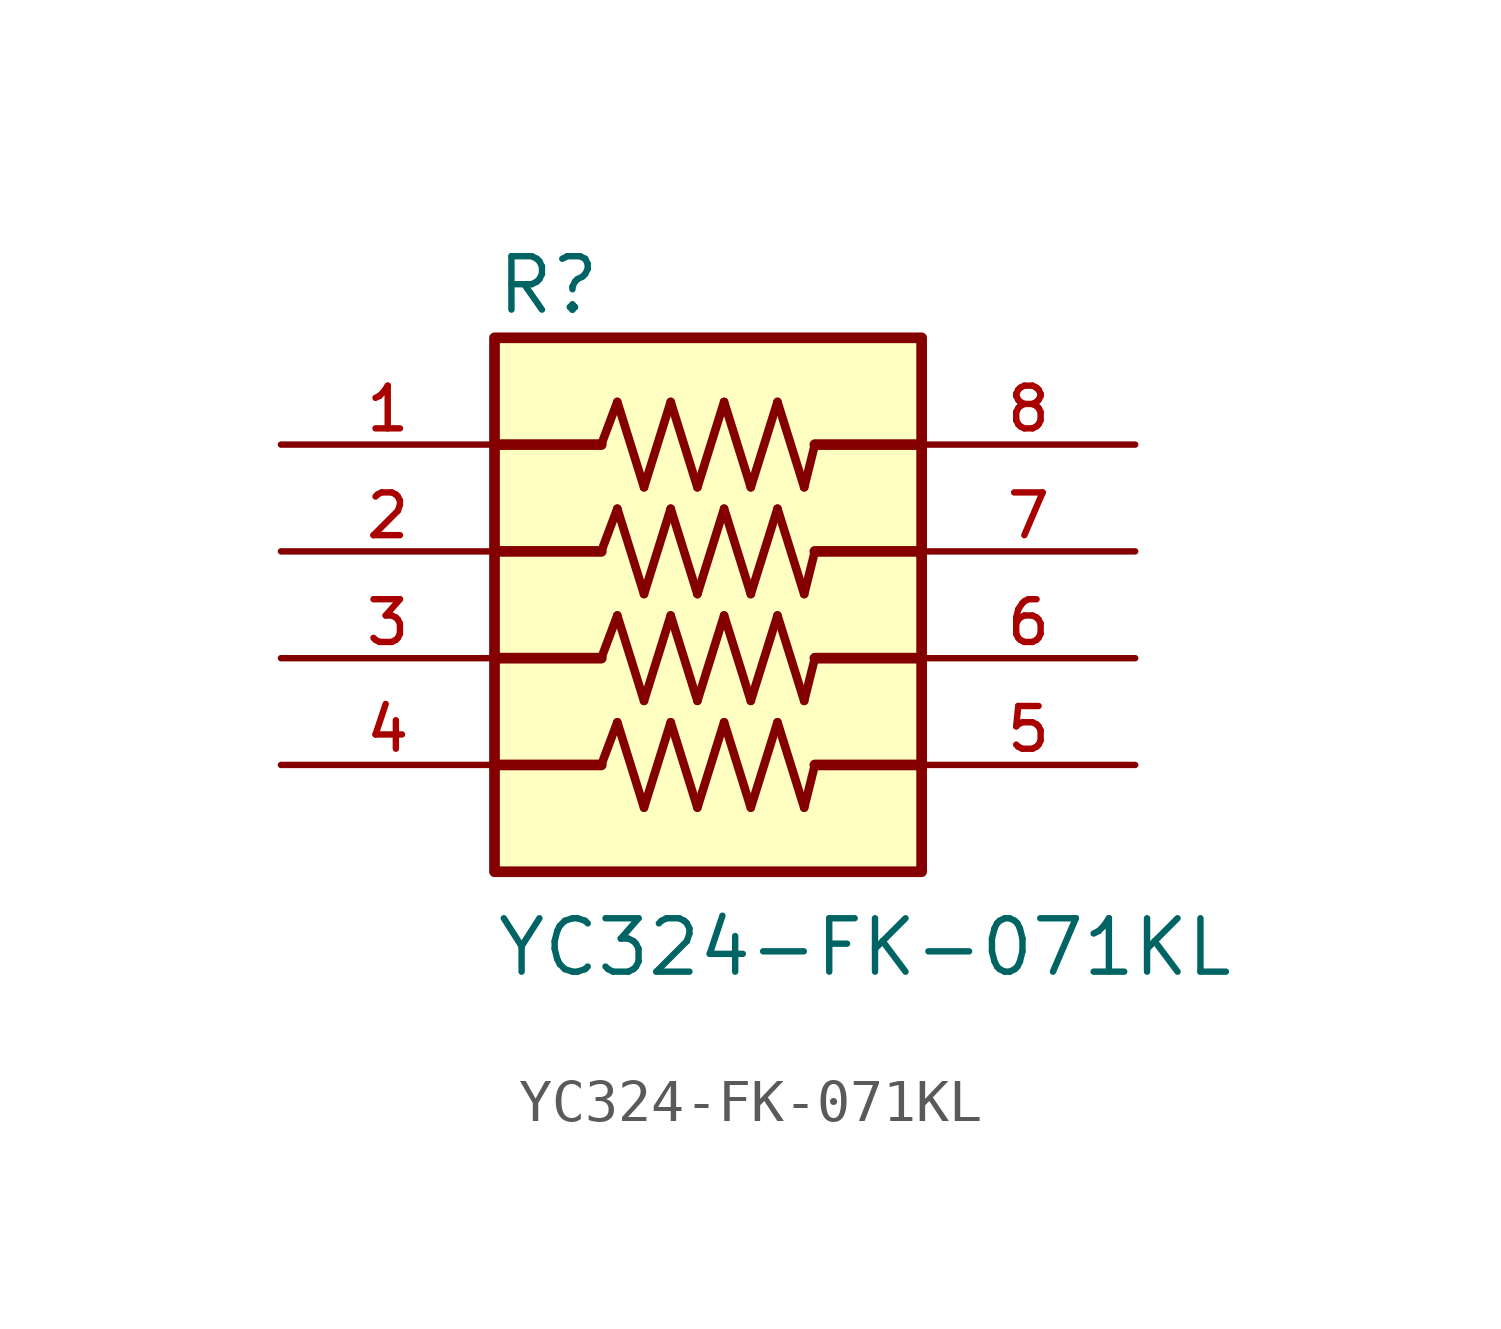
<source format=kicad_sym>
(kicad_symbol_lib
  (version 20211014)
  (generator kicad_symbol_editor)
  (symbol "YC324-FK-071KL"
    (pin_names
      (offset 1.016))
    (property "Reference" "R"
      (at -5.08 8.128 0)
      (effects (font (size 1.27 1.27)) (justify bottom left)))
    (property "Value" "YC324-FK-071KL"
      (at -5.08 -7.62 0)
      (effects (font (size 1.27 1.27)) (justify bottom left)))
    (symbol "YC324-FK-071KL_0_0"
      (polyline (pts (xy -2.54 5.08) (xy -2.159 6.096)) (stroke (width 0.203)))
      (polyline (pts (xy -2.159 6.096) (xy -1.524 4.064)) (stroke (width 0.203)))
      (polyline (pts (xy -1.524 4.064) (xy -0.889 6.096)) (stroke (width 0.203)))
      (polyline (pts (xy -0.889 6.096) (xy -0.254 4.064)) (stroke (width 0.203)))
      (polyline (pts (xy -0.254 4.064) (xy 0.381 6.096)) (stroke (width 0.203)))
      (polyline (pts (xy 0.381 6.096) (xy 1.016 4.064)) (stroke (width 0.203)))
      (polyline (pts (xy 1.016 4.064) (xy 1.651 6.096)) (stroke (width 0.203)))
      (polyline (pts (xy 1.651 6.096) (xy 2.286 4.064)) (stroke (width 0.203)))
      (polyline (pts (xy 2.286 4.064) (xy 2.54 5.08)) (stroke (width 0.203)))
      (polyline (pts (xy -2.54 2.54) (xy -2.159 3.556)) (stroke (width 0.203)))
      (polyline (pts (xy -2.159 3.556) (xy -1.524 1.524)) (stroke (width 0.203)))
      (polyline (pts (xy -1.524 1.524) (xy -0.889 3.556)) (stroke (width 0.203)))
      (polyline (pts (xy -0.889 3.556) (xy -0.254 1.524)) (stroke (width 0.203)))
      (polyline (pts (xy -0.254 1.524) (xy 0.381 3.556)) (stroke (width 0.203)))
      (polyline (pts (xy 0.381 3.556) (xy 1.016 1.524)) (stroke (width 0.203)))
      (polyline (pts (xy 1.016 1.524) (xy 1.651 3.556)) (stroke (width 0.203)))
      (polyline (pts (xy 1.651 3.556) (xy 2.286 1.524)) (stroke (width 0.203)))
      (polyline (pts (xy 2.286 1.524) (xy 2.54 2.54)) (stroke (width 0.203)))
      (polyline (pts (xy -2.54 0.0) (xy -2.159 1.016)) (stroke (width 0.203)))
      (polyline (pts (xy -2.159 1.016) (xy -1.524 -1.016)) (stroke (width 0.203)))
      (polyline (pts (xy -1.524 -1.016) (xy -0.889 1.016)) (stroke (width 0.203)))
      (polyline (pts (xy -0.889 1.016) (xy -0.254 -1.016)) (stroke (width 0.203)))
      (polyline (pts (xy -0.254 -1.016) (xy 0.381 1.016)) (stroke (width 0.203)))
      (polyline (pts (xy 0.381 1.016) (xy 1.016 -1.016)) (stroke (width 0.203)))
      (polyline (pts (xy 1.016 -1.016) (xy 1.651 1.016)) (stroke (width 0.203)))
      (polyline (pts (xy 1.651 1.016) (xy 2.286 -1.016)) (stroke (width 0.203)))
      (polyline (pts (xy 2.286 -1.016) (xy 2.54 0.0)) (stroke (width 0.203)))
      (polyline (pts (xy -2.54 -2.54) (xy -2.159 -1.524)) (stroke (width 0.203)))
      (polyline (pts (xy -2.159 -1.524) (xy -1.524 -3.556)) (stroke (width 0.203)))
      (polyline (pts (xy -1.524 -3.556) (xy -0.889 -1.524)) (stroke (width 0.203)))
      (polyline (pts (xy -0.889 -1.524) (xy -0.254 -3.556)) (stroke (width 0.203)))
      (polyline (pts (xy -0.254 -3.556) (xy 0.381 -1.524)) (stroke (width 0.203)))
      (polyline (pts (xy 0.381 -1.524) (xy 1.016 -3.556)) (stroke (width 0.203)))
      (polyline (pts (xy 1.016 -3.556) (xy 1.651 -1.524)) (stroke (width 0.203)))
      (polyline (pts (xy 1.651 -1.524) (xy 2.286 -3.556)) (stroke (width 0.203)))
      (polyline (pts (xy 2.286 -3.556) (xy 2.54 -2.54)) (stroke (width 0.203)))
      (polyline (pts (xy -2.54 5.08) (xy -5.08 5.08)) (stroke (width 0.254)))
      (polyline (pts (xy -2.54 2.54) (xy -5.08 2.54)) (stroke (width 0.254)))
      (polyline (pts (xy -2.54 0.0) (xy -5.08 0.0)) (stroke (width 0.254)))
      (polyline (pts (xy -2.54 -2.54) (xy -5.08 -2.54)) (stroke (width 0.254)))
      (polyline (pts (xy 5.08 5.08) (xy 2.54 5.08)) (stroke (width 0.254)))
      (polyline (pts (xy 5.08 2.54) (xy 2.54 2.54)) (stroke (width 0.254)))
      (polyline (pts (xy 5.08 0.0) (xy 2.54 0.0)) (stroke (width 0.254)))
      (polyline (pts (xy 5.08 -2.54) (xy 2.54 -2.54)) (stroke (width 0.254)))
      (rectangle (start -5.08 -5.08) (end 5.08 7.62) (stroke (width 0.254)) (fill (type background)))
      (pin passive line (at 10.16 5.08 180.0) (length 5.08) (name "~" (effects (font (size 1.016 1.016)))) (number "8" (effects (font (size 1.016 1.016)))))
      (pin passive line (at -10.16 5.08 0) (length 5.08) (name "~" (effects (font (size 1.016 1.016)))) (number "1" (effects (font (size 1.016 1.016)))))
      (pin passive line (at 10.16 2.54 180.0) (length 5.08) (name "~" (effects (font (size 1.016 1.016)))) (number "7" (effects (font (size 1.016 1.016)))))
      (pin passive line (at -10.16 2.54 0) (length 5.08) (name "~" (effects (font (size 1.016 1.016)))) (number "2" (effects (font (size 1.016 1.016)))))
      (pin passive line (at 10.16 0.0 180.0) (length 5.08) (name "~" (effects (font (size 1.016 1.016)))) (number "6" (effects (font (size 1.016 1.016)))))
      (pin passive line (at -10.16 0.0 0) (length 5.08) (name "~" (effects (font (size 1.016 1.016)))) (number "3" (effects (font (size 1.016 1.016)))))
      (pin passive line (at 10.16 -2.54 180.0) (length 5.08) (name "~" (effects (font (size 1.016 1.016)))) (number "5" (effects (font (size 1.016 1.016)))))
      (pin passive line (at -10.16 -2.54 0) (length 5.08) (name "~" (effects (font (size 1.016 1.016)))) (number "4" (effects (font (size 1.016 1.016))))))))
</source>
